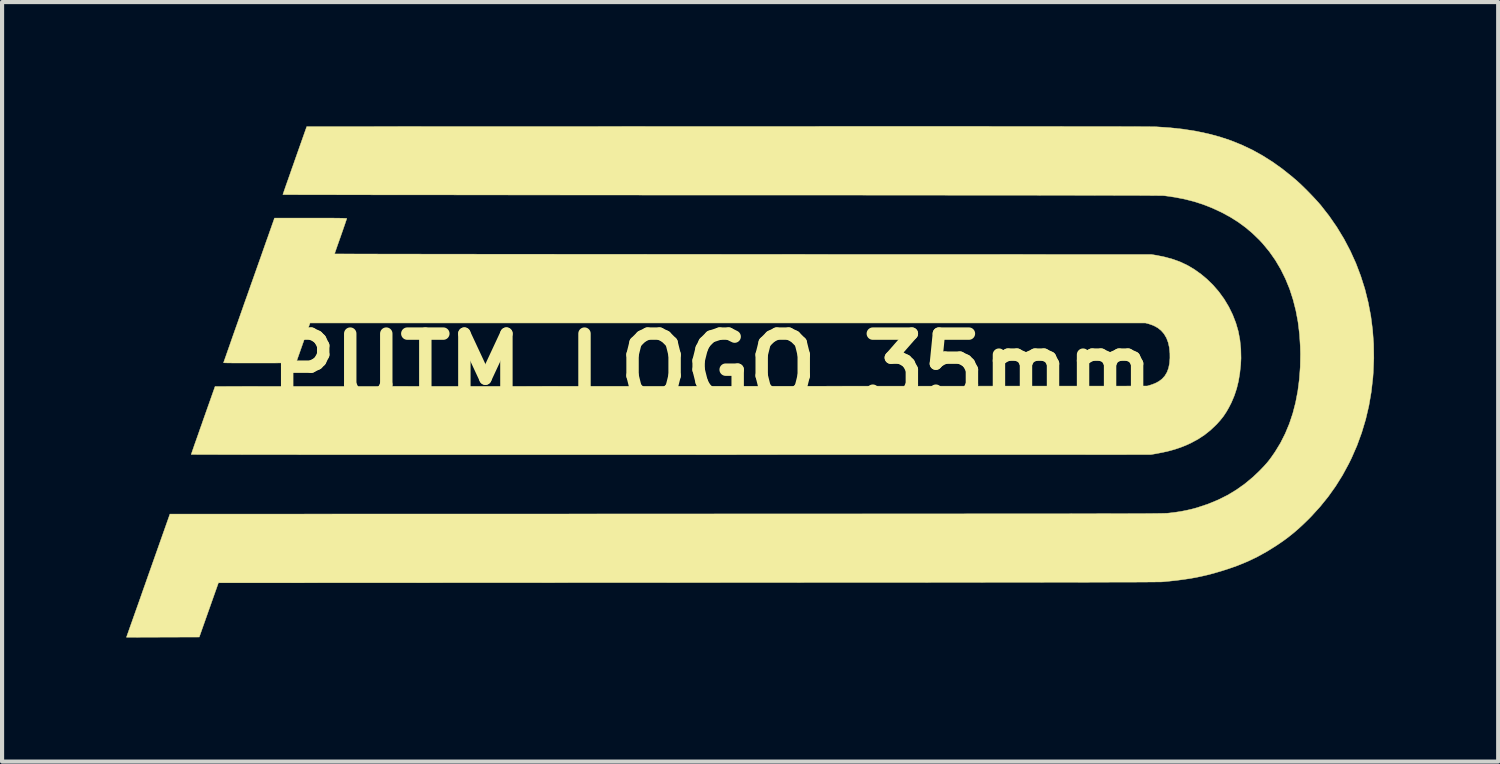
<source format=kicad_pcb>
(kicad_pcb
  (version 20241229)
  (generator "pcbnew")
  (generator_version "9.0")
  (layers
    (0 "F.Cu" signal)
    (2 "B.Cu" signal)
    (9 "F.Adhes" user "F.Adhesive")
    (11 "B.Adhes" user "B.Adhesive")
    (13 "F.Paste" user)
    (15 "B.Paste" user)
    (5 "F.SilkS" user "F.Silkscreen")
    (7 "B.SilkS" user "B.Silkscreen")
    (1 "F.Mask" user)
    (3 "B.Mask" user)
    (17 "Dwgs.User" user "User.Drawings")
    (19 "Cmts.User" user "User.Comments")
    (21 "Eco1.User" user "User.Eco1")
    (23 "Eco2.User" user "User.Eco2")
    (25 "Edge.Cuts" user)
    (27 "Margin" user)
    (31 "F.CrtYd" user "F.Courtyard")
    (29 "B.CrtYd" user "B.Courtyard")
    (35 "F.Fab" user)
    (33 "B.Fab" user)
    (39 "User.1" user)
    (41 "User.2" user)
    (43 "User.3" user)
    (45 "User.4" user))
  (footprint "PUTM_LOGO_35mm"
    (layer "F.Cu")
    (at 14.158 5.846)
    (property "Reference" "PUTM_LOGO_35mm" (at 0 0 0) (layer "F.SilkS") (effects (font (size 1.524 1.524) (thickness 0.3))))
    (attr through_hole)
    (fp_poly (pts (xy -9.537 -3.627) (xy -9.391 -3.627) (xy -9.265 -3.626) (xy -9.156 -3.626) (xy -9.064 -3.625) (xy -8.989 -3.624) (xy -8.929 -3.623) (xy -8.884 -3.621) (xy -8.853 -3.62) (xy -8.835 -3.618) (xy -8.829 -3.616) (xy -8.832 -3.604) (xy -8.842 -3.575) (xy -8.857 -3.531) (xy -8.876 -3.474) (xy -8.9 -3.406) (xy -8.926 -3.329) (xy -8.956 -3.244) (xy -8.976 -3.186) (xy -9.007 -3.099) (xy -9.036 -3.017) (xy -9.062 -2.943) (xy -9.084 -2.879) (xy -9.102 -2.827) (xy -9.115 -2.789) (xy -9.122 -2.766) (xy -9.124 -2.761) (xy -9.114 -2.761) (xy -9.084 -2.76) (xy -9.034 -2.76) (xy -8.966 -2.76) (xy -8.879 -2.759) (xy -8.774 -2.759) (xy -8.651 -2.759) (xy -8.511 -2.758) (xy -8.354 -2.758) (xy -8.18 -2.758) (xy -7.991 -2.757) (xy -7.786 -2.757) (xy -7.566 -2.756) (xy -7.332 -2.756) (xy -7.083 -2.756) (xy -6.821 -2.755) (xy -6.545 -2.755) (xy -6.256 -2.755) (xy -5.955 -2.755) (xy -5.642 -2.754) (xy -5.317 -2.754) (xy -4.981 -2.754) (xy -4.634 -2.753) (xy -4.277 -2.753) (xy -3.91 -2.753) (xy -3.534 -2.752) (xy -3.149 -2.752) (xy -2.755 -2.752) (xy -2.353 -2.752) (xy -1.944 -2.752) (xy -1.527 -2.751) (xy -1.104 -2.751) (xy -0.674 -2.751) (xy -0.238 -2.751) (xy 0.203 -2.751) (xy 0.65 -2.75) (xy 0.744 -2.75) (xy 10.612 -2.747) (xy 10.741 -2.726) (xy 10.949 -2.683) (xy 11.142 -2.629) (xy 11.323 -2.562) (xy 11.494 -2.48) (xy 11.658 -2.382) (xy 11.817 -2.268) (xy 11.948 -2.159) (xy 12.102 -2.01) (xy 12.244 -1.846) (xy 12.371 -1.671) (xy 12.483 -1.485) (xy 12.578 -1.291) (xy 12.655 -1.092) (xy 12.714 -0.889) (xy 12.753 -0.68) (xy 12.775 -0.463) (xy 12.78 -0.241) (xy 12.772 -0.084) (xy 12.75 0.123) (xy 12.718 0.315) (xy 12.674 0.495) (xy 12.618 0.664) (xy 12.55 0.825) (xy 12.547 0.832) (xy 12.483 0.957) (xy 12.419 1.067) (xy 12.351 1.168) (xy 12.275 1.263) (xy 12.188 1.359) (xy 12.177 1.37) (xy 12.042 1.498) (xy 11.9 1.611) (xy 11.747 1.712) (xy 11.579 1.803) (xy 11.577 1.804) (xy 11.448 1.864) (xy 11.319 1.915) (xy 11.185 1.96) (xy 11.043 2) (xy 10.889 2.035) (xy 10.729 2.066) (xy 10.602 2.088) (xy -0.993 2.09) (xy -1.478 2.09) (xy -1.958 2.091) (xy -2.433 2.091) (xy -2.902 2.091) (xy -3.365 2.091) (xy -3.822 2.091) (xy -4.271 2.091) (xy -4.714 2.091) (xy -5.148 2.091) (xy -5.574 2.091) (xy -5.992 2.091) (xy -6.401 2.091) (xy -6.801 2.091) (xy -7.19 2.091) (xy -7.57 2.091) (xy -7.939 2.09) (xy -8.297 2.09) (xy -8.644 2.09) (xy -8.979 2.09) (xy -9.302 2.09) (xy -9.612 2.09) (xy -9.909 2.09) (xy -10.193 2.089) (xy -10.463 2.089) (xy -10.719 2.089) (xy -10.96 2.089) (xy -11.187 2.089) (xy -11.398 2.088) (xy -11.593 2.088) (xy -11.772 2.088) (xy -11.934 2.088) (xy -12.08 2.087) (xy -12.208 2.087) (xy -12.318 2.087) (xy -12.41 2.087) (xy -12.483 2.086) (xy -12.537 2.086) (xy -12.572 2.086) (xy -12.588 2.085) (xy -12.588 2.085) (xy -12.585 2.075) (xy -12.575 2.047) (xy -12.56 2.002) (xy -12.539 1.942) (xy -12.514 1.869) (xy -12.484 1.784) (xy -12.45 1.688) (xy -12.413 1.583) (xy -12.374 1.47) (xy -12.331 1.35) (xy -12.3 1.26) (xy -12.011 0.442) (xy -0.75 0.437) (xy 10.511 0.432) (xy 10.587 0.41) (xy 10.698 0.37) (xy 10.794 0.32) (xy 10.875 0.258) (xy 10.941 0.184) (xy 10.992 0.098) (xy 11.029 -0.002) (xy 11.052 -0.117) (xy 11.062 -0.246) (xy 11.061 -0.356) (xy 11.048 -0.495) (xy 11.02 -0.62) (xy 10.978 -0.731) (xy 10.921 -0.827) (xy 10.85 -0.909) (xy 10.764 -0.977) (xy 10.664 -1.031) (xy 10.556 -1.069) (xy 10.47 -1.092) (xy -9.716 -1.092) (xy -10.056 -0.127) (xy -10.931 -0.124) (xy -11.09 -0.124) (xy -11.235 -0.124) (xy -11.365 -0.124) (xy -11.48 -0.124) (xy -11.579 -0.125) (xy -11.661 -0.126) (xy -11.725 -0.127) (xy -11.771 -0.128) (xy -11.798 -0.13) (xy -11.806 -0.131) (xy -11.803 -0.142) (xy -11.793 -0.17) (xy -11.777 -0.216) (xy -11.755 -0.278) (xy -11.728 -0.356) (xy -11.696 -0.447) (xy -11.659 -0.552) (xy -11.618 -0.67) (xy -11.573 -0.799) (xy -11.524 -0.938) (xy -11.471 -1.087) (xy -11.416 -1.244) (xy -11.358 -1.408) (xy -11.298 -1.58) (xy -11.235 -1.756) (xy -11.205 -1.841) (xy -11.142 -2.021) (xy -11.08 -2.195) (xy -11.02 -2.365) (xy -10.963 -2.527) (xy -10.908 -2.681) (xy -10.857 -2.827) (xy -10.809 -2.963) (xy -10.765 -3.088) (xy -10.724 -3.202) (xy -10.689 -3.303) (xy -10.658 -3.39) (xy -10.633 -3.462) (xy -10.613 -3.518) (xy -10.599 -3.558) (xy -10.591 -3.58) (xy -10.59 -3.584) (xy -10.575 -3.627) (xy -9.702 -3.627) (xy -9.537 -3.627)) (stroke (width 0.01) (type solid)) (fill yes) (layer "F.SilkS"))
    (fp_poly (pts (xy 5.057 -5.841) (xy 5.484 -5.841) (xy 5.894 -5.841) (xy 6.284 -5.841) (xy 6.657 -5.841) (xy 7.013 -5.84) (xy 7.35 -5.84) (xy 7.671 -5.84) (xy 7.974 -5.84) (xy 8.26 -5.84) (xy 8.53 -5.839) (xy 8.783 -5.839) (xy 9.019 -5.839) (xy 9.24 -5.839) (xy 9.444 -5.838) (xy 9.633 -5.838) (xy 9.806 -5.838) (xy 9.964 -5.837) (xy 10.106 -5.837) (xy 10.234 -5.836) (xy 10.346 -5.836) (xy 10.445 -5.835) (xy 10.529 -5.835) (xy 10.598 -5.834) (xy 10.654 -5.834) (xy 10.696 -5.833) (xy 10.724 -5.832) (xy 10.734 -5.832) (xy 11.068 -5.809) (xy 11.387 -5.774) (xy 11.693 -5.726) (xy 11.985 -5.664) (xy 12.266 -5.589) (xy 12.537 -5.499) (xy 12.799 -5.393) (xy 13.053 -5.273) (xy 13.3 -5.136) (xy 13.541 -4.984) (xy 13.779 -4.814) (xy 14.013 -4.627) (xy 14.148 -4.511) (xy 14.214 -4.45) (xy 14.29 -4.377) (xy 14.371 -4.297) (xy 14.453 -4.213) (xy 14.533 -4.129) (xy 14.607 -4.049) (xy 14.672 -3.976) (xy 14.701 -3.943) (xy 14.907 -3.68) (xy 15.096 -3.407) (xy 15.267 -3.125) (xy 15.42 -2.834) (xy 15.556 -2.534) (xy 15.673 -2.226) (xy 15.773 -1.911) (xy 15.853 -1.589) (xy 15.916 -1.26) (xy 15.959 -0.925) (xy 15.984 -0.586) (xy 15.989 -0.241) (xy 15.975 0.107) (xy 15.966 0.231) (xy 15.927 0.574) (xy 15.869 0.91) (xy 15.792 1.238) (xy 15.696 1.558) (xy 15.582 1.871) (xy 15.449 2.175) (xy 15.382 2.311) (xy 15.231 2.589) (xy 15.066 2.853) (xy 14.886 3.106) (xy 14.69 3.348) (xy 14.477 3.582) (xy 14.39 3.67) (xy 14.268 3.788) (xy 14.154 3.892) (xy 14.042 3.988) (xy 13.928 4.079) (xy 13.808 4.168) (xy 13.676 4.259) (xy 13.64 4.283) (xy 13.407 4.429) (xy 13.174 4.558) (xy 12.938 4.671) (xy 12.694 4.771) (xy 12.487 4.844) (xy 12.32 4.898) (xy 12.162 4.944) (xy 12.011 4.986) (xy 11.862 5.021) (xy 11.713 5.053) (xy 11.56 5.081) (xy 11.398 5.105) (xy 11.227 5.128) (xy 11.04 5.148) (xy 10.886 5.163) (xy 10.875 5.164) (xy 10.854 5.165) (xy 10.825 5.165) (xy 10.786 5.166) (xy 10.737 5.166) (xy 10.678 5.167) (xy 10.609 5.167) (xy 10.529 5.168) (xy 10.438 5.169) (xy 10.337 5.169) (xy 10.224 5.17) (xy 10.099 5.17) (xy 9.962 5.171) (xy 9.813 5.171) (xy 9.652 5.171) (xy 9.478 5.172) (xy 9.29 5.172) (xy 9.09 5.173) (xy 8.875 5.173) (xy 8.647 5.174) (xy 8.405 5.174) (xy 8.148 5.174) (xy 7.877 5.175) (xy 7.59 5.175) (xy 7.289 5.175) (xy 6.971 5.176) (xy 6.638 5.176) (xy 6.289 5.177) (xy 5.924 5.177) (xy 5.541 5.177) (xy 5.142 5.178) (xy 4.726 5.178) (xy 4.292 5.178) (xy 3.84 5.178) (xy 3.371 5.179) (xy 2.883 5.179) (xy 2.376 5.179) (xy 1.85 5.18) (xy 1.306 5.18) (xy 0.742 5.18) (xy 0.158 5.181) (xy -0.446 5.181) (xy -0.588 5.181) (xy -11.93 5.187) (xy -12.393 6.497) (xy -14.153 6.503) (xy -14.114 6.393) (xy -14.106 6.371) (xy -14.092 6.33) (xy -14.072 6.273) (xy -14.046 6.2) (xy -14.015 6.113) (xy -13.98 6.013) (xy -13.94 5.9) (xy -13.896 5.777) (xy -13.849 5.644) (xy -13.799 5.502) (xy -13.747 5.353) (xy -13.692 5.198) (xy -13.636 5.038) (xy -13.589 4.905) (xy -13.102 3.526) (xy -1.113 3.523) (xy -0.517 3.523) (xy 0.059 3.522) (xy 0.615 3.522) (xy 1.152 3.522) (xy 1.67 3.522) (xy 2.169 3.522) (xy 2.65 3.522) (xy 3.113 3.522) (xy 3.559 3.522) (xy 3.987 3.521) (xy 4.398 3.521) (xy 4.793 3.521) (xy 5.172 3.521) (xy 5.535 3.521) (xy 5.882 3.521) (xy 6.215 3.52) (xy 6.532 3.52) (xy 6.835 3.52) (xy 7.124 3.52) (xy 7.399 3.52) (xy 7.661 3.519) (xy 7.909 3.519) (xy 8.145 3.519) (xy 8.368 3.519) (xy 8.58 3.519) (xy 8.779 3.518) (xy 8.968 3.518) (xy 9.145 3.518) (xy 9.312 3.517) (xy 9.468 3.517) (xy 9.614 3.517) (xy 9.751 3.516) (xy 9.878 3.516) (xy 9.997 3.516) (xy 10.106 3.515) (xy 10.208 3.515) (xy 10.301 3.515) (xy 10.388 3.514) (xy 10.466 3.514) (xy 10.538 3.513) (xy 10.604 3.513) (xy 10.663 3.512) (xy 10.716 3.512) (xy 10.764 3.511) (xy 10.807 3.51) (xy 10.844 3.51) (xy 10.878 3.509) (xy 10.907 3.508) (xy 10.932 3.508) (xy 10.954 3.507) (xy 10.973 3.506) (xy 10.989 3.506) (xy 11.003 3.505) (xy 11.015 3.504) (xy 11.025 3.503) (xy 11.033 3.502) (xy 11.034 3.502) (xy 11.192 3.483) (xy 11.334 3.461) (xy 11.466 3.435) (xy 11.592 3.406) (xy 11.717 3.372) (xy 11.735 3.366) (xy 11.989 3.281) (xy 12.228 3.182) (xy 12.454 3.069) (xy 12.668 2.94) (xy 12.871 2.796) (xy 13.065 2.635) (xy 13.204 2.504) (xy 13.281 2.426) (xy 13.347 2.356) (xy 13.405 2.291) (xy 13.458 2.226) (xy 13.51 2.156) (xy 13.565 2.077) (xy 13.603 2.022) (xy 13.733 1.809) (xy 13.847 1.583) (xy 13.947 1.344) (xy 14.031 1.092) (xy 14.099 0.829) (xy 14.152 0.553) (xy 14.189 0.267) (xy 14.211 -0.031) (xy 14.216 -0.34) (xy 14.212 -0.523) (xy 14.193 -0.821) (xy 14.158 -1.11) (xy 14.106 -1.388) (xy 14.038 -1.655) (xy 13.955 -1.912) (xy 13.855 -2.156) (xy 13.74 -2.389) (xy 13.61 -2.609) (xy 13.464 -2.817) (xy 13.304 -3.011) (xy 13.224 -3.097) (xy 13.06 -3.256) (xy 12.891 -3.399) (xy 12.712 -3.53) (xy 12.522 -3.65) (xy 12.316 -3.762) (xy 12.278 -3.78) (xy 12.069 -3.876) (xy 11.859 -3.958) (xy 11.643 -4.027) (xy 11.42 -4.084) (xy 11.185 -4.13) (xy 10.936 -4.166) (xy 10.927 -4.167) (xy 10.917 -4.168) (xy 10.899 -4.169) (xy 10.871 -4.169) (xy 10.835 -4.17) (xy 10.789 -4.17) (xy 10.733 -4.171) (xy 10.667 -4.172) (xy 10.591 -4.172) (xy 10.504 -4.173) (xy 10.406 -4.173) (xy 10.297 -4.174) (xy 10.176 -4.174) (xy 10.044 -4.175) (xy 9.899 -4.175) (xy 9.742 -4.175) (xy 9.573 -4.176) (xy 9.39 -4.176) (xy 9.194 -4.177) (xy 8.985 -4.177) (xy 8.762 -4.177) (xy 8.525 -4.178) (xy 8.273 -4.178) (xy 8.006 -4.178) (xy 7.725 -4.179) (xy 7.428 -4.179) (xy 7.116 -4.179) (xy 6.787 -4.18) (xy 6.443 -4.18) (xy 6.082 -4.18) (xy 5.704 -4.18) (xy 5.309 -4.181) (xy 4.897 -4.181) (xy 4.468 -4.181) (xy 4.02 -4.181) (xy 3.554 -4.182) (xy 3.07 -4.182) (xy 2.567 -4.182) (xy 2.044 -4.182) (xy 1.503 -4.182) (xy 0.941 -4.183) (xy 0.36 -4.183) (xy 0.226 -4.183) (xy -0.238 -4.183) (xy -0.696 -4.183) (xy -1.15 -4.183) (xy -1.597 -4.183) (xy -2.039 -4.184) (xy -2.474 -4.184) (xy -2.901 -4.184) (xy -3.322 -4.184) (xy -3.734 -4.185) (xy -4.138 -4.185) (xy -4.534 -4.185) (xy -4.92 -4.185) (xy -5.296 -4.186) (xy -5.663 -4.186) (xy -6.019 -4.186) (xy -6.365 -4.187) (xy -6.699 -4.187) (xy -7.021 -4.187) (xy -7.332 -4.187) (xy -7.63 -4.188) (xy -7.915 -4.188) (xy -8.186 -4.188) (xy -8.444 -4.189) (xy -8.688 -4.189) (xy -8.917 -4.189) (xy -9.131 -4.19) (xy -9.329 -4.19) (xy -9.512 -4.19) (xy -9.678 -4.191) (xy -9.827 -4.191) (xy -9.96 -4.191) (xy -10.075 -4.192) (xy -10.172 -4.192) (xy -10.25 -4.192) (xy -10.31 -4.193) (xy -10.35 -4.193) (xy -10.371 -4.194) (xy -10.373 -4.194) (xy -10.37 -4.204) (xy -10.36 -4.232) (xy -10.345 -4.277) (xy -10.324 -4.337) (xy -10.299 -4.41) (xy -10.269 -4.495) (xy -10.235 -4.591) (xy -10.198 -4.696) (xy -10.159 -4.809) (xy -10.116 -4.929) (xy -10.085 -5.019) (xy -9.796 -5.837) (xy 0.352 -5.84) (xy 0.954 -5.84) (xy 1.535 -5.84) (xy 2.096 -5.84) (xy 2.638 -5.841) (xy 3.16 -5.841) (xy 3.663 -5.841) (xy 4.146 -5.841) (xy 4.611 -5.841) (xy 5.057 -5.841)) (stroke (width 0.01) (type solid)) (fill yes) (layer "F.SilkS")))
  (gr_rect
    (start -3 -3)
    (end 33.152 15.353)
    (stroke (width 0.1) (type default))
    (fill no)
    (layer "Edge.Cuts")))
</source>
